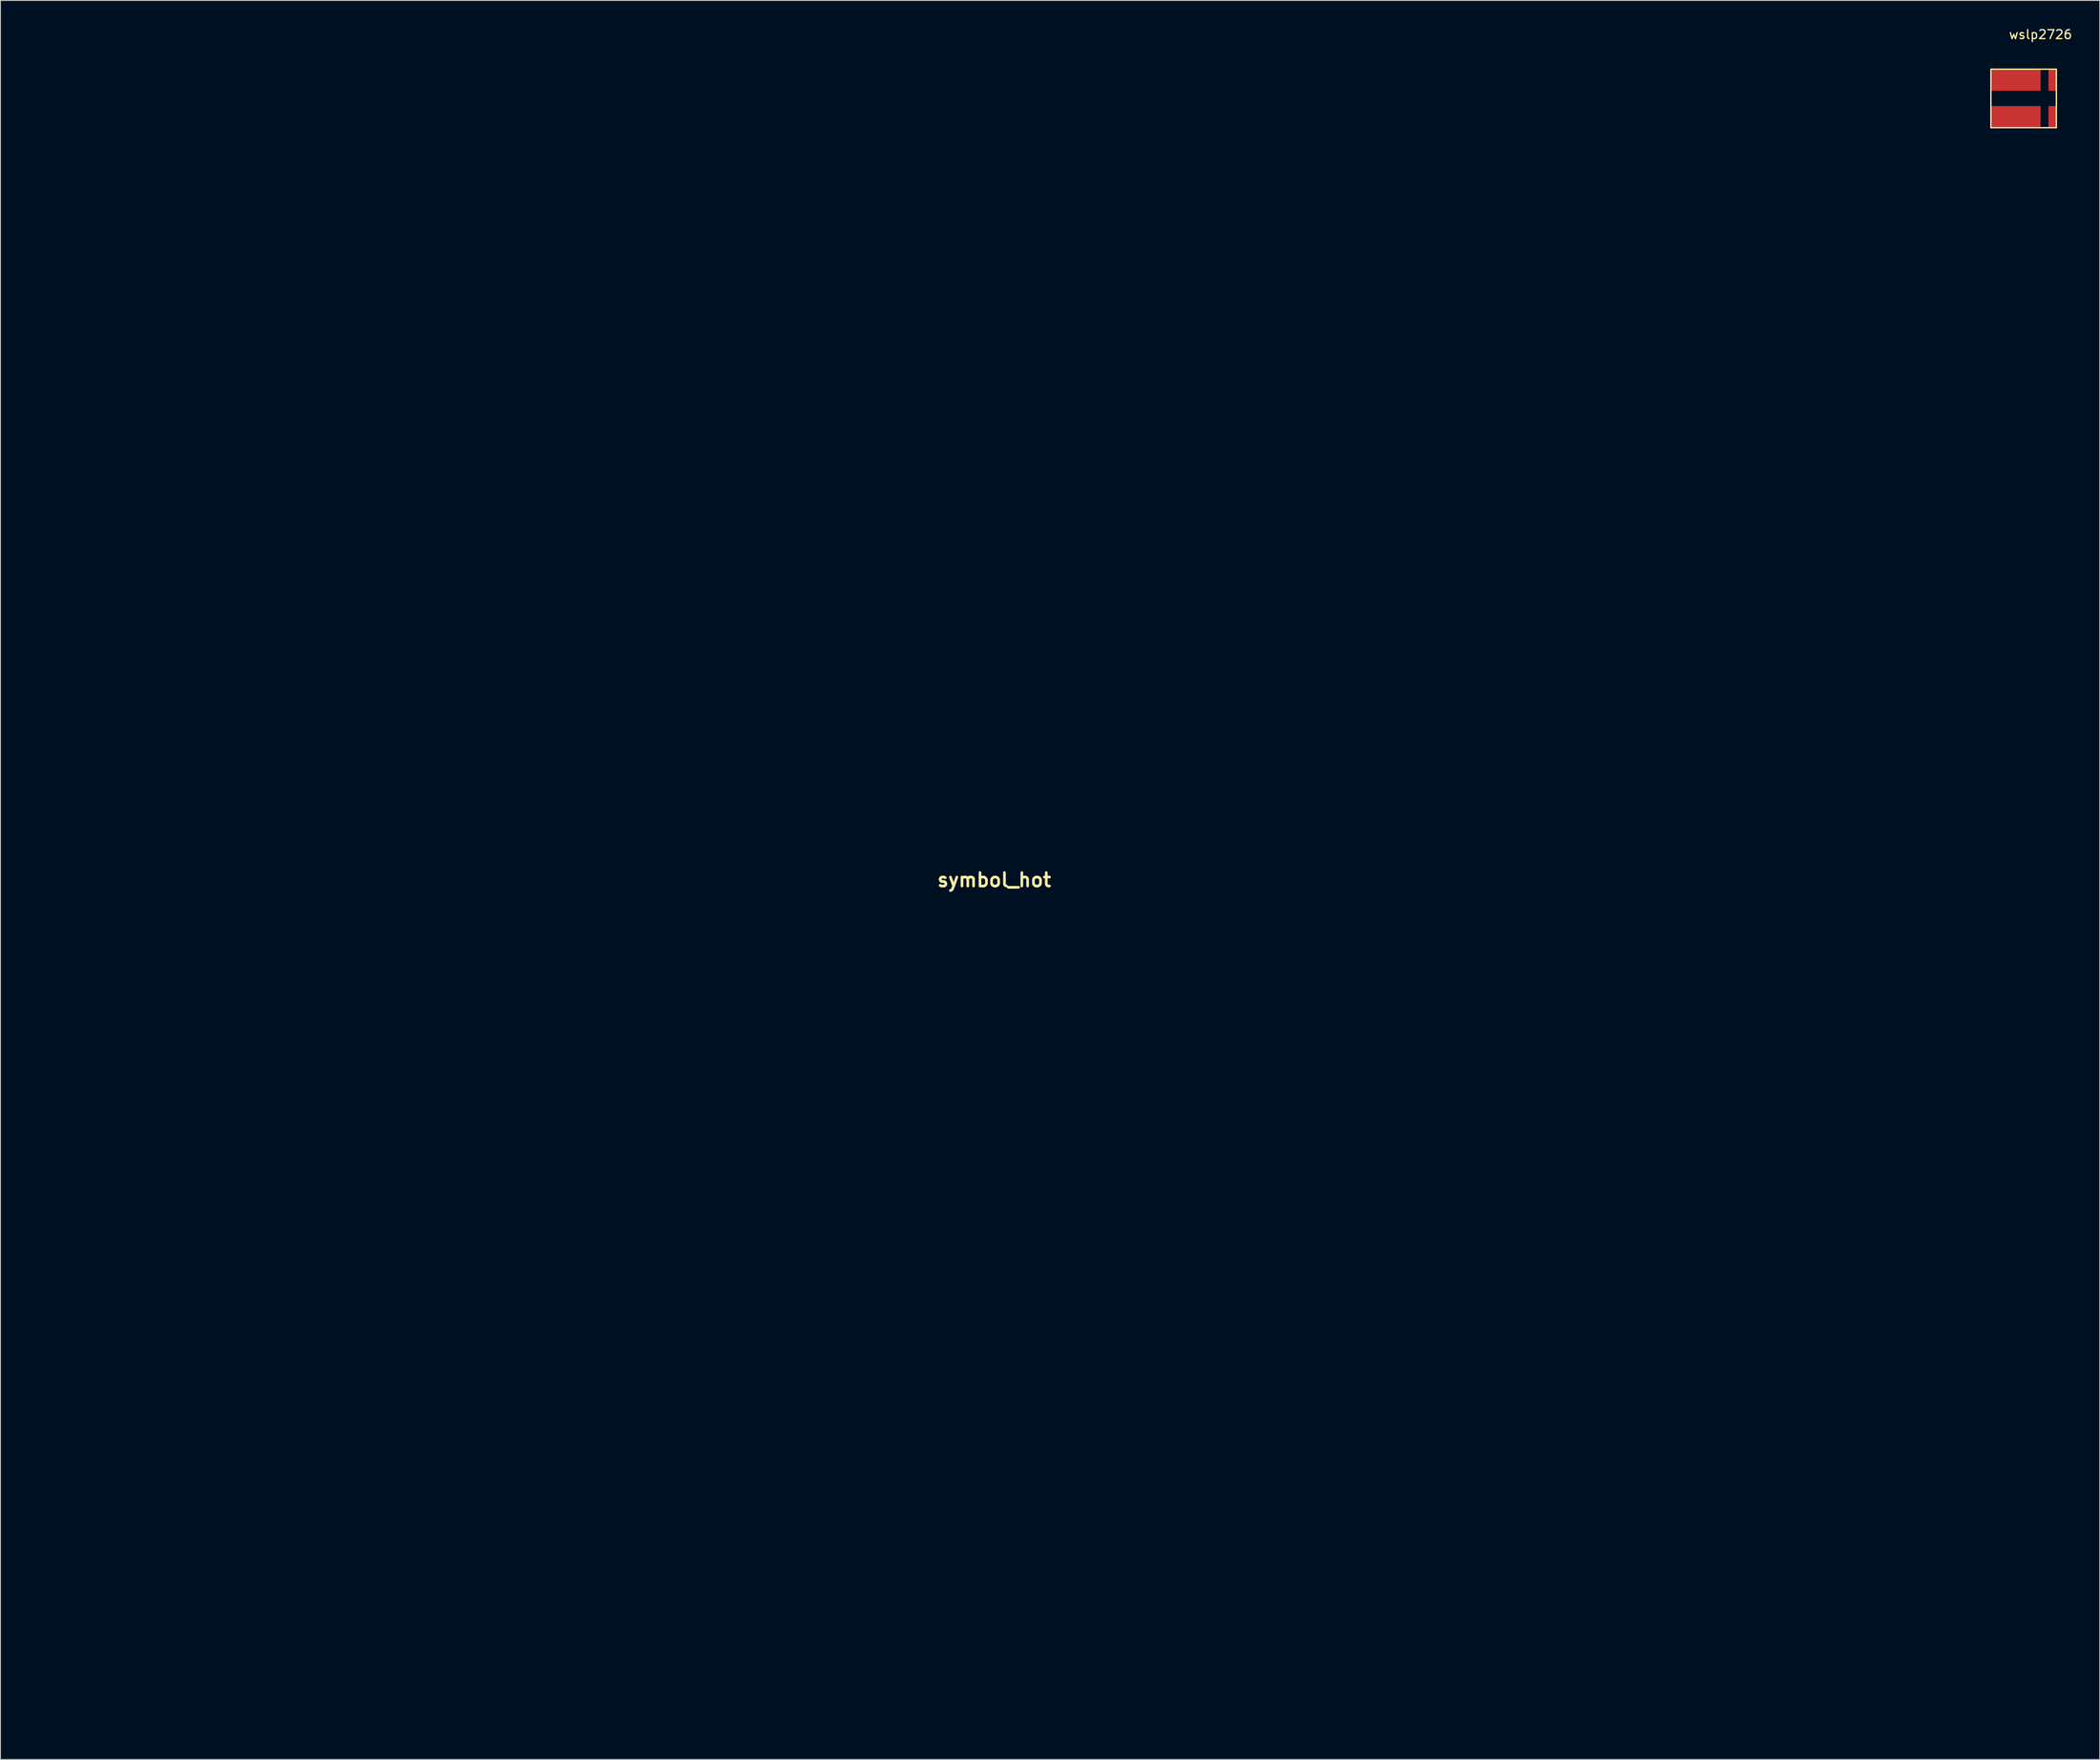
<source format=kicad_pcb>
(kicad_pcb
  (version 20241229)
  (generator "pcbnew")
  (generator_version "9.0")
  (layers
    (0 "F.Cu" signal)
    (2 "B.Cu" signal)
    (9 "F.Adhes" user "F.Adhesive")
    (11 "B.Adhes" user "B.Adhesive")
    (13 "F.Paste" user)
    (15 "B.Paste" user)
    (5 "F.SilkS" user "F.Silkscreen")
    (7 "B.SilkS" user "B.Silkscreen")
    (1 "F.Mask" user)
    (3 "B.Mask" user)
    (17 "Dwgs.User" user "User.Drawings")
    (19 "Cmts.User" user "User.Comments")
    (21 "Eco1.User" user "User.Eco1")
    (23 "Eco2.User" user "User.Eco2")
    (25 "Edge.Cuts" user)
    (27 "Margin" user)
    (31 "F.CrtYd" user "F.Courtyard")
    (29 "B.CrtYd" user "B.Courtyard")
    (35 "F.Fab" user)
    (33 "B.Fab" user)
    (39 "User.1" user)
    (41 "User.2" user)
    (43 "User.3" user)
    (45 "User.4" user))
  (footprint "symbol_hot"
    (layer "F.Cu")
    (at 109.091 96.258)
    (property "Reference" "symbol_hot" (at 0 0 0) (layer "F.SilkS") (effects (font (size 1.524 1.524) (thickness 0.3))))
    (attr through_hole)
    (fp_poly (pts (xy 109.354 96.253) (xy -109.086 96.253) (xy -109.086 84.247) (xy -103.324 84.247) (xy -102.692 86.039) (xy -102.265 87.178) (xy -101.873 87.946) (xy -101.403 88.482) (xy -100.742 88.928) (xy -100.079 89.274) (xy -99.273 89.678) (xy -98.622 90.008) (xy -98.392 90.127) (xy -98.098 90.143) (xy -97.288 90.158) (xy -95.981 90.173) (xy -94.195 90.188) (xy -91.95 90.202) (xy -89.265 90.216) (xy -86.157 90.23) (xy -82.646 90.243) (xy -78.751 90.256) (xy -74.49 90.268) (xy -69.883 90.279) (xy -64.948 90.29) (xy -59.703 90.3) (xy -54.169 90.309) (xy -48.362 90.318) (xy -42.303 90.326) (xy -36.01 90.332) (xy -29.502 90.338) (xy -22.798 90.343) (xy -15.916 90.347) (xy -8.875 90.35) (xy -1.694 90.352) (xy 0 90.352) (xy 97.991 90.365) (xy 99.327 89.732) (xy 100.683 88.888) (xy 101.826 87.788) (xy 102.705 86.528) (xy 103.271 85.203) (xy 103.471 83.91) (xy 103.254 82.743) (xy 103.163 82.546) (xy 102.784 81.822) (xy 102.517 81.355) (xy 102.235 80.923) (xy 102.092 80.716) (xy 101.926 80.439) (xy 101.504 79.715) (xy 100.834 78.561) (xy 99.926 76.993) (xy 98.789 75.028) (xy 97.433 72.682) (xy 95.867 69.971) (xy 94.101 66.913) (xy 92.145 63.523) (xy 90.008 59.819) (xy 87.699 55.816) (xy 85.228 51.532) (xy 82.605 46.983) (xy 79.839 42.185) (xy 76.939 37.154) (xy 73.916 31.908) (xy 70.778 26.463) (xy 67.535 20.836) (xy 64.198 15.042) (xy 60.774 9.099) (xy 57.274 3.023) (xy 53.708 -3.17) (xy 53.626 -3.313) (xy 50.055 -9.511) (xy 46.55 -15.595) (xy 43.119 -21.547) (xy 39.772 -27.35) (xy 36.519 -32.989) (xy 33.368 -38.447) (xy 30.331 -43.707) (xy 27.416 -48.752) (xy 24.633 -53.566) (xy 21.992 -58.133) (xy 19.502 -62.435) (xy 17.173 -66.456) (xy 15.014 -70.18) (xy 13.035 -73.59) (xy 11.246 -76.669) (xy 9.656 -79.401) (xy 8.275 -81.77) (xy 7.112 -83.758) (xy 6.178 -85.349) (xy 5.481 -86.526) (xy 5.032 -87.273) (xy 4.839 -87.574) (xy 4.838 -87.575) (xy 4.344 -88.162) (xy 4.022 -88.591) (xy 3.975 -88.674) (xy 3.7 -88.904) (xy 3.085 -89.275) (xy 2.402 -89.635) (xy 1.333 -90.076) (xy 0.342 -90.324) (xy -0.444 -90.36) (xy -0.897 -90.163) (xy -0.914 -90.139) (xy -1.249 -89.949) (xy -1.895 -89.774) (xy -2.045 -89.747) (xy -2.691 -89.51) (xy -3.461 -89.045) (xy -4.211 -88.468) (xy -4.797 -87.89) (xy -5.074 -87.425) (xy -5.08 -87.368) (xy -5.212 -87.12) (xy -5.599 -86.428) (xy -6.231 -85.312) (xy -7.096 -83.793) (xy -8.182 -81.891) (xy -9.478 -79.625) (xy -10.973 -77.015) (xy -12.654 -74.081) (xy -14.511 -70.844) (xy -16.533 -67.322) (xy -18.707 -63.536) (xy -21.022 -59.506) (xy -23.467 -55.251) (xy -26.03 -50.792) (xy -28.7 -46.148) (xy -31.465 -41.34) (xy -34.314 -36.387) (xy -37.236 -31.309) (xy -40.219 -26.126) (xy -43.251 -20.857) (xy -46.321 -15.524) (xy -49.418 -10.145) (xy -52.53 -4.741) (xy -55.645 0.668) (xy -58.753 6.063) (xy -61.842 11.424) (xy -64.899 16.731) (xy -67.915 21.964) (xy -70.877 27.102) (xy -73.774 32.127) (xy -76.595 37.018) (xy -79.327 41.755) (xy -81.96 46.319) (xy -84.482 50.689) (xy -86.882 54.846) (xy -89.148 58.769) (xy -91.268 62.44) (xy -93.232 65.837) (xy -95.028 68.941) (xy -96.644 71.733) (xy -98.068 74.192) (xy -99.29 76.298) (xy -100.299 78.031) (xy -101.081 79.372) (xy -101.627 80.301) (xy -101.924 80.797) (xy -101.977 80.879) (xy -102.222 81.263) (xy -102.544 81.986) (xy -102.804 82.697) (xy -103.324 84.247) (xy -109.086 84.247) (xy -109.086 -96.253) (xy 109.354 -96.253) (xy 109.354 96.253)) (stroke (width 0.01) (type solid)) (fill no) (layer "Eco2.User"))
    (fp_poly (pts (xy 0.28 -67.134) (xy 0.681 -66.464) (xy 1.324 -65.374) (xy 2.197 -63.885) (xy 3.287 -62.019) (xy 4.582 -59.797) (xy 6.069 -57.242) (xy 7.737 -54.373) (xy 9.572 -51.213) (xy 11.562 -47.784) (xy 13.695 -44.106) (xy 15.958 -40.202) (xy 18.339 -36.093) (xy 20.825 -31.8) (xy 23.404 -27.345) (xy 26.064 -22.75) (xy 28.792 -18.035) (xy 31.575 -13.223) (xy 34.402 -8.335) (xy 37.26 -3.393) (xy 40.136 1.582) (xy 43.018 6.569) (xy 45.893 11.546) (xy 48.749 16.491) (xy 51.574 21.383) (xy 54.356 26.201) (xy 57.08 30.922) (xy 59.737 35.526) (xy 62.312 39.99) (xy 64.794 44.294) (xy 67.169 48.416) (xy 69.426 52.333) (xy 71.553 56.026) (xy 73.536 59.472) (xy 75.363 62.65) (xy 77.022 65.538) (xy 78.501 68.114) (xy 79.787 70.358) (xy 80.867 72.247) (xy 81.729 73.761) (xy 82.361 74.877) (xy 82.75 75.575) (xy 82.884 75.832) (xy 82.884 75.832) (xy 82.62 75.84) (xy 81.842 75.848) (xy 80.569 75.855) (xy 78.823 75.863) (xy 76.624 75.87) (xy 73.991 75.877) (xy 70.946 75.884) (xy 67.509 75.89) (xy 63.7 75.896) (xy 59.539 75.902) (xy 55.046 75.907) (xy 50.243 75.912) (xy 45.149 75.916) (xy 39.785 75.92) (xy 34.171 75.924) (xy 28.328 75.927) (xy 22.275 75.929) (xy 16.034 75.931) (xy 9.624 75.932) (xy 3.066 75.933) (xy 0.134 75.933) (xy -6.483 75.932) (xy -12.961 75.931) (xy -19.279 75.93) (xy -25.417 75.928) (xy -31.356 75.925) (xy -37.073 75.922) (xy -42.55 75.918) (xy -47.765 75.914) (xy -52.699 75.909) (xy -57.331 75.904) (xy -61.64 75.899) (xy -65.607 75.893) (xy -69.211 75.887) (xy -72.432 75.88) (xy -75.248 75.873) (xy -77.641 75.866) (xy -79.59 75.859) (xy -81.073 75.851) (xy -82.072 75.843) (xy -82.565 75.835) (xy -82.617 75.832) (xy -82.485 75.579) (xy -82.098 74.885) (xy -81.468 73.772) (xy -80.608 72.262) (xy -79.529 70.375) (xy -78.245 68.134) (xy -76.768 65.561) (xy -75.111 62.675) (xy -74.432 61.495) (xy -39.858 61.495) (xy -39.781 63.968) (xy -39.704 66.441) (xy -15.374 66.508) (xy -11.73 66.519) (xy -8.18 66.531) (xy -4.769 66.543) (xy -1.541 66.557) (xy 1.46 66.571) (xy 4.189 66.585) (xy 6.602 66.599) (xy 8.654 66.613) (xy 10.301 66.627) (xy 11.499 66.64) (xy 12.165 66.651) (xy 13.107 66.668) (xy 14.511 66.686) (xy 16.307 66.705) (xy 18.422 66.724) (xy 20.784 66.742) (xy 23.321 66.759) (xy 25.962 66.775) (xy 27.873 66.784) (xy 40.373 66.842) (xy 40.373 61.495) (xy -39.858 61.495) (xy -74.432 61.495) (xy -73.285 59.5) (xy -71.303 56.056) (xy -69.178 52.366) (xy -66.921 48.449) (xy -64.547 44.329) (xy -62.066 40.027) (xy -59.491 35.564) (xy -56.836 30.961) (xy -54.111 26.241) (xy -51.331 21.424) (xy -48.506 16.533) (xy -45.65 11.588) (xy -42.774 6.611) (xy -42.269 5.736) (xy -26.959 5.736) (xy -26.928 8.451) (xy -26.861 9.962) (xy -26.784 11.088) (xy -26.665 11.978) (xy -26.475 12.78) (xy -26.182 13.644) (xy -25.758 14.719) (xy -25.552 15.224) (xy -24.162 18.488) (xy -22.843 21.32) (xy -21.611 23.69) (xy -20.479 25.571) (xy -20.404 25.683) (xy -19.847 26.557) (xy -19.382 27.42) (xy -18.957 28.392) (xy -18.524 29.593) (xy -18.032 31.141) (xy -17.788 31.951) (xy -17.318 33.534) (xy -16.985 34.725) (xy -16.767 35.642) (xy -16.648 36.403) (xy -16.607 37.128) (xy -16.626 37.935) (xy -16.683 38.902) (xy -17.008 42.07) (xy -17.561 44.835) (xy -18.373 47.286) (xy -19.472 49.515) (xy -20.489 51.081) (xy -21.436 52.399) (xy -20.592 53.11) (xy -19.303 54.186) (xy -18.361 54.952) (xy -17.709 55.449) (xy -17.291 55.719) (xy -17.051 55.804) (xy -16.997 55.797) (xy -16.769 55.55) (xy -16.321 54.934) (xy -15.715 54.033) (xy -15.009 52.937) (xy -14.832 52.655) (xy -13.081 49.387) (xy -11.852 46.031) (xy -11.147 42.601) (xy -10.97 39.114) (xy -11.324 35.585) (xy -11.384 35.255) (xy -11.931 32.723) (xy -12.597 30.387) (xy -13.432 28.12) (xy -14.486 25.796) (xy -15.81 23.286) (xy -16.903 21.389) (xy -17.809 19.703) (xy -18.756 17.67) (xy -19.67 15.468) (xy -20.475 13.272) (xy -20.874 12.032) (xy -21.158 10.971) (xy -21.341 9.929) (xy -21.443 8.739) (xy -21.484 7.232) (xy -21.487 6.684) (xy -21.481 6.55) (xy -7.481 6.55) (xy -7.295 9.095) (xy -6.773 11.915) (xy -5.953 14.902) (xy -4.872 17.947) (xy -3.568 20.941) (xy -2.077 23.776) (xy -0.893 25.683) (xy 0.697 28.488) (xy 1.874 31.492) (xy 2.609 34.594) (xy 2.873 37.691) (xy 2.832 39.039) (xy 2.493 42.204) (xy 1.921 44.967) (xy 1.087 47.42) (xy -0.037 49.655) (xy -0.981 51.095) (xy -1.467 51.805) (xy -1.774 52.323) (xy -1.838 52.52) (xy -1.37 52.926) (xy -0.671 53.499) (xy 0.149 54.154) (xy 0.982 54.804) (xy 1.718 55.366) (xy 2.248 55.752) (xy 2.458 55.88) (xy 2.699 55.683) (xy 3.164 55.164) (xy 3.756 54.431) (xy 3.824 54.343) (xy 5.285 52.148) (xy 6.449 49.716) (xy 7.304 47.191) (xy 7.832 45.261) (xy 8.196 43.657) (xy 8.418 42.2) (xy 8.518 40.714) (xy 8.518 39.021) (xy 8.464 37.469) (xy 8.384 35.868) (xy 8.29 34.66) (xy 8.159 33.701) (xy 7.966 32.85) (xy 7.687 31.965) (xy 7.391 31.148) (xy 6.968 30.106) (xy 6.361 28.722) (xy 5.629 27.128) (xy 4.834 25.457) (xy 4.192 24.155) (xy 2.64 20.983) (xy 1.359 18.188) (xy 0.328 15.697) (xy -0.477 13.439) (xy -1.075 11.341) (xy -1.49 9.334) (xy -1.744 7.345) (xy -1.788 6.551) (xy 12.515 6.551) (xy 12.557 7.24) (xy 12.684 8.314) (xy 12.874 9.634) (xy 13.103 11.061) (xy 13.35 12.456) (xy 13.59 13.68) (xy 13.802 14.594) (xy 13.873 14.839) (xy 14.109 15.435) (xy 14.543 16.398) (xy 15.13 17.641) (xy 15.828 19.075) (xy 16.591 20.615) (xy 17.377 22.173) (xy 18.141 23.663) (xy 18.84 24.997) (xy 19.43 26.088) (xy 19.867 26.85) (xy 20.071 27.154) (xy 20.263 27.516) (xy 20.587 28.252) (xy 20.989 29.237) (xy 21.22 29.828) (xy 21.952 32.076) (xy 22.507 34.485) (xy 22.867 36.921) (xy 23.017 39.248) (xy 22.941 41.331) (xy 22.748 42.554) (xy 22.374 43.949) (xy 21.856 45.532) (xy 21.247 47.164) (xy 20.602 48.707) (xy 19.977 50.022) (xy 19.426 50.972) (xy 19.38 51.038) (xy 18.894 51.792) (xy 18.621 52.374) (xy 18.612 52.649) (xy 18.91 52.917) (xy 19.495 53.445) (xy 20.257 54.134) (xy 20.518 54.37) (xy 21.305 55.06) (xy 21.95 55.585) (xy 22.346 55.859) (xy 22.405 55.88) (xy 22.656 55.679) (xy 23.122 55.146) (xy 23.713 54.387) (xy 23.844 54.209) (xy 25.758 51.177) (xy 27.224 47.961) (xy 28.226 44.623) (xy 28.75 41.228) (xy 28.78 37.838) (xy 28.454 35.255) (xy 27.953 32.891) (xy 27.369 30.748) (xy 26.651 28.702) (xy 25.75 26.629) (xy 24.617 24.402) (xy 23.202 21.899) (xy 23.037 21.617) (xy 21.716 19.136) (xy 20.46 16.318) (xy 19.356 13.363) (xy 19.052 12.433) (xy 18.753 11.396) (xy 18.554 10.436) (xy 18.435 9.391) (xy 18.375 8.101) (xy 18.356 6.818) (xy 18.444 3.995) (xy 18.777 1.514) (xy 19.4 -0.78) (xy 20.356 -3.038) (xy 21.692 -5.416) (xy 22.038 -5.967) (xy 22.948 -7.389) (xy 20.689 -9.211) (xy 19.768 -9.939) (xy 19.012 -10.509) (xy 18.507 -10.857) (xy 18.343 -10.931) (xy 18.188 -10.671) (xy 17.828 -10.034) (xy 17.315 -9.114) (xy 16.701 -8.004) (xy 16.637 -7.887) (xy 15.301 -5.134) (xy 14.179 -2.165) (xy 13.312 0.871) (xy 12.743 3.828) (xy 12.515 6.551) (xy -1.788 6.551) (xy -1.858 5.302) (xy -1.869 4.392) (xy -1.685 2.687) (xy -1.15 0.698) (xy -0.298 -1.488) (xy 0.837 -3.783) (xy 2.041 -5.82) (xy 2.51 -6.569) (xy 2.835 -7.118) (xy 2.941 -7.331) (xy 2.743 -7.53) (xy 2.218 -7.955) (xy 1.47 -8.527) (xy 0.605 -9.171) (xy -0.275 -9.809) (xy -1.064 -10.367) (xy -1.658 -10.766) (xy -1.953 -10.931) (xy -1.967 -10.93) (xy -2.338 -10.33) (xy -2.862 -9.35) (xy -3.486 -8.1) (xy -4.157 -6.694) (xy -4.823 -5.243) (xy -5.429 -3.86) (xy -5.923 -2.657) (xy -6.069 -2.273) (xy -6.462 -0.96) (xy -6.827 0.708) (xy -7.137 2.554) (xy -7.362 4.398) (xy -7.473 6.063) (xy -7.481 6.55) (xy -21.481 6.55) (xy -21.352 3.591) (xy -20.913 0.864) (xy -20.143 -1.589) (xy -19.017 -3.859) (xy -17.935 -5.481) (xy -17.381 -6.237) (xy -16.949 -6.844) (xy -16.761 -7.126) (xy -16.885 -7.419) (xy -17.413 -7.959) (xy -18.297 -8.699) (xy -18.994 -9.232) (xy -19.961 -9.939) (xy -20.759 -10.496) (xy -21.299 -10.845) (xy -21.491 -10.93) (xy -21.716 -10.556) (xy -22.113 -9.81) (xy -22.625 -8.804) (xy -23.197 -7.648) (xy -23.773 -6.455) (xy -24.296 -5.336) (xy -24.352 -5.214) (xy -25.487 -2.445) (xy -26.279 0.198) (xy -26.76 2.872) (xy -26.959 5.736) (xy -42.269 5.736) (xy -39.893 1.624) (xy -37.017 -3.351) (xy -34.159 -8.294) (xy -31.332 -13.183) (xy -28.548 -17.995) (xy -25.819 -22.711) (xy -23.159 -27.307) (xy -20.579 -31.763) (xy -18.092 -36.057) (xy -15.71 -40.168) (xy -13.446 -44.074) (xy -11.312 -47.754) (xy -9.32 -51.185) (xy -7.484 -54.347) (xy -5.815 -57.219) (xy -4.326 -59.777) (xy -3.03 -62.002) (xy -1.938 -63.871) (xy -1.063 -65.363) (xy -0.418 -66.457) (xy -0.015 -67.13) (xy 0.134 -67.362) (xy 0.134 -67.362) (xy 0.28 -67.134)) (stroke (width 0.01) (type solid)) (fill no) (layer "Eco2.User")))
  (footprint "wslp2726"
    (layer "F.Cu")
    (at 227.125 7.198)
    (property "Reference" "wslp2726" (at 0 -6.35 0) (layer "F.SilkS") (effects (font (size 1 1) (thickness 0.15))))
    (attr through_hole)
    (fp_line (start -5.6 -2.44) (end 1.78 -2.44) (stroke (width 0.15) (type solid)) (layer "F.SilkS"))
    (fp_line (start -5.6 4.16) (end -5.6 -2.44) (stroke (width 0.15) (type solid)) (layer "F.SilkS"))
    (fp_line (start -5.6 4.16) (end 1.78 4.16) (stroke (width 0.15) (type solid)) (layer "F.SilkS"))
    (fp_line (start 1.78 4.16) (end 1.78 -2.44) (stroke (width 0.15) (type solid)) (layer "F.SilkS"))
    (pad "1" smd rect (at -2.8 -1.22) (size 5.6 2.44) (layers "F.Cu" "F.Mask" "F.Paste"))
    (pad "2" smd rect (at 1.335 -1.22) (size 0.89 2.44) (layers "F.Cu" "F.Mask" "F.Paste"))
    (pad "3" smd rect (at 1.335 2.94) (size 0.89 2.44) (layers "F.Cu" "F.Mask" "F.Paste"))
    (pad "4" smd rect (at -2.8 2.94) (size 5.6 2.44) (layers "F.Cu" "F.Mask" "F.Paste")))
  (gr_rect
    (start -3 -3)
    (end 233.798 195.515)
    (stroke (width 0.1) (type default))
    (fill no)
    (layer "Edge.Cuts")))
</source>
